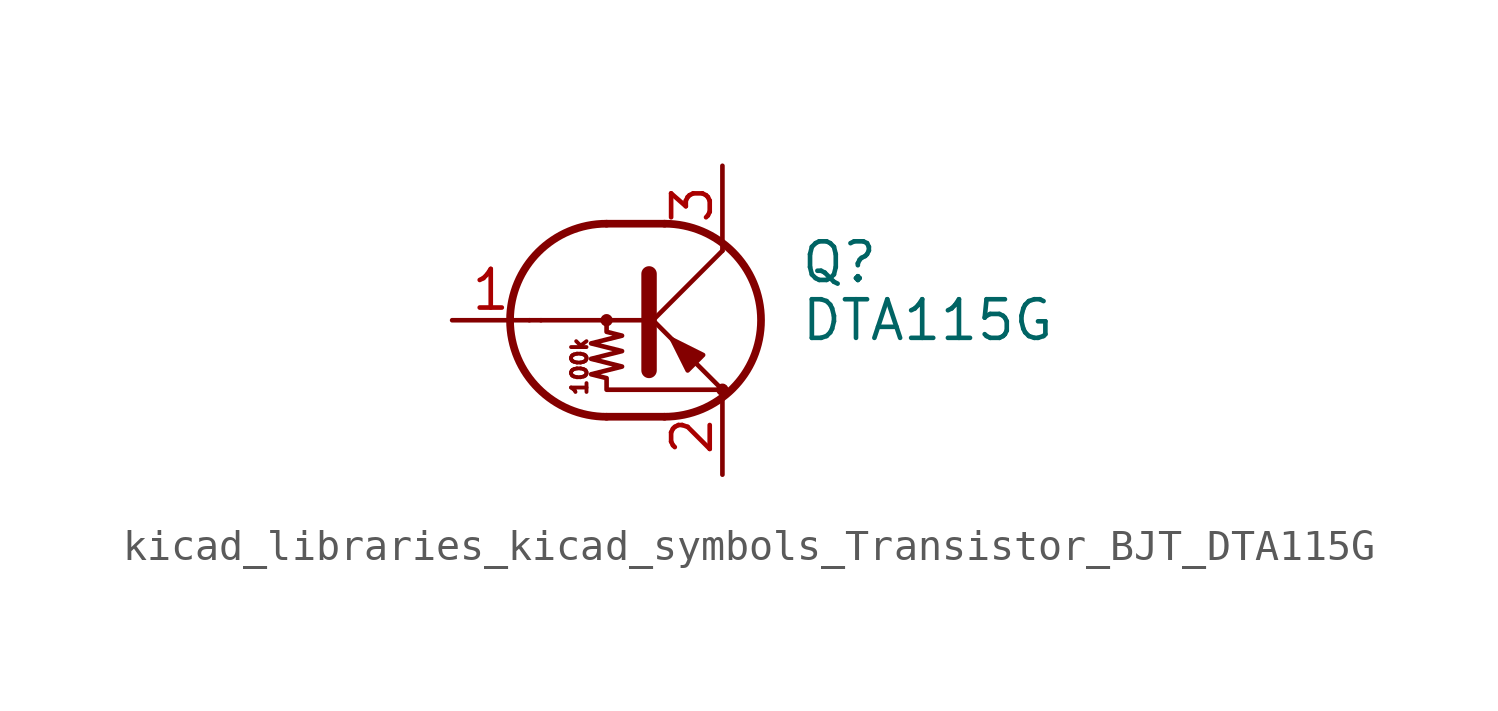
<source format=kicad_sym>
(kicad_symbol_lib
  (version 20220914)
  (generator kicad_symbol_editor)
  (symbol "kicad_libraries_kicad_symbols_Transistor_BJT_DTA115G"
    (pin_names
      (offset 0) hide)
    (property "Reference" "Q"
      (at 5.08 1.905 0)
      (effects (font (size 1.27 1.27)) (justify left)))
    (property "Value" "DTA115G"
      (at 5.08 0 0)
      (effects (font (size 1.27 1.27)) (justify left)))
    (symbol "kicad_libraries_kicad_symbols_Transistor_BJT_DTA115G_0_0"
      (polyline (pts (xy -3.429 0) (xy 0 0)) (stroke (width 0) (type default)) (fill (type none)))
      (text "100k" (at -2.159 -1.524 900) (effects (font (size 0.508 0.508)))))
    (symbol "kicad_libraries_kicad_symbols_Transistor_BJT_DTA115G_0_1"
      (circle (center -1.27 0) (radius 0.127) (stroke (width 0) (type default)) (fill (type none)))
      (arc (start -1.27 3.175) (mid -4.4312 0) (end -1.27 -3.175) (stroke (width 0.254) (type default)) (fill (type none)))
      (polyline (pts (xy -3.429 0) (xy -3.81 0)) (stroke (width 0) (type default)) (fill (type none)))
      (polyline (pts (xy -1.27 -3.175) (xy 0.635 -3.175)) (stroke (width 0.254) (type default)) (fill (type none)))
      (polyline (pts (xy -1.27 3.175) (xy 0.635 3.175)) (stroke (width 0.254) (type default)) (fill (type none)))
      (polyline (pts (xy 0 -0.254) (xy 2.54 2.286)) (stroke (width 0) (type default)) (fill (type none)))
      (polyline (pts (xy 0.127 1.524) (xy 0.127 -1.651)) (stroke (width 0.508) (type default)) (fill (type outline)))
      (polyline (pts (xy 2.54 2.286) (xy 2.54 2.54)) (stroke (width 0) (type default)) (fill (type none)))
      (polyline (pts (xy 2.54 -2.286) (xy 0 0.254) (xy 0 0.254)) (stroke (width 0) (type default)) (fill (type none)))
      (polyline (pts (xy 1.397 -1.651) (xy 1.905 -1.143) (xy 0.889 -0.635) (xy 1.397 -1.651)) (stroke (width 0) (type default)) (fill (type outline)))
      (polyline (pts (xy -1.27 0) (xy -1.27 -0.381) (xy -0.762 -0.508) (xy -1.778 -0.762) (xy -0.762 -1.016) (xy -1.778 -1.27) (xy -0.762 -1.524) (xy -1.778 -1.778) (xy -1.27 -1.905) (xy -1.27 -2.286) (xy 2.54 -2.286)) (stroke (width 0) (type default)) (fill (type none)))
      (arc (start 0.635 -3.175) (mid 3.7962 0) (end 0.635 3.175) (stroke (width 0.254) (type default)) (fill (type none)))
      (circle (center 2.54 -2.286) (radius 0.127) (stroke (width 0) (type default)) (fill (type none))))
    (symbol "kicad_libraries_kicad_symbols_Transistor_BJT_DTA115G_1_1"
      (pin input line (at -6.35 0 0) (length 2.54) (name "B" (effects (font (size 1.27 1.27)))) (number "1" (effects (font (size 1.27 1.27)))))
      (pin passive line (at 2.54 -5.08 90) (length 2.54) (name "E" (effects (font (size 1.27 1.27)))) (number "2" (effects (font (size 1.27 1.27)))))
      (pin passive line (at 2.54 5.08 270) (length 2.54) (name "C" (effects (font (size 1.27 1.27)))) (number "3" (effects (font (size 1.27 1.27))))))))
</source>
